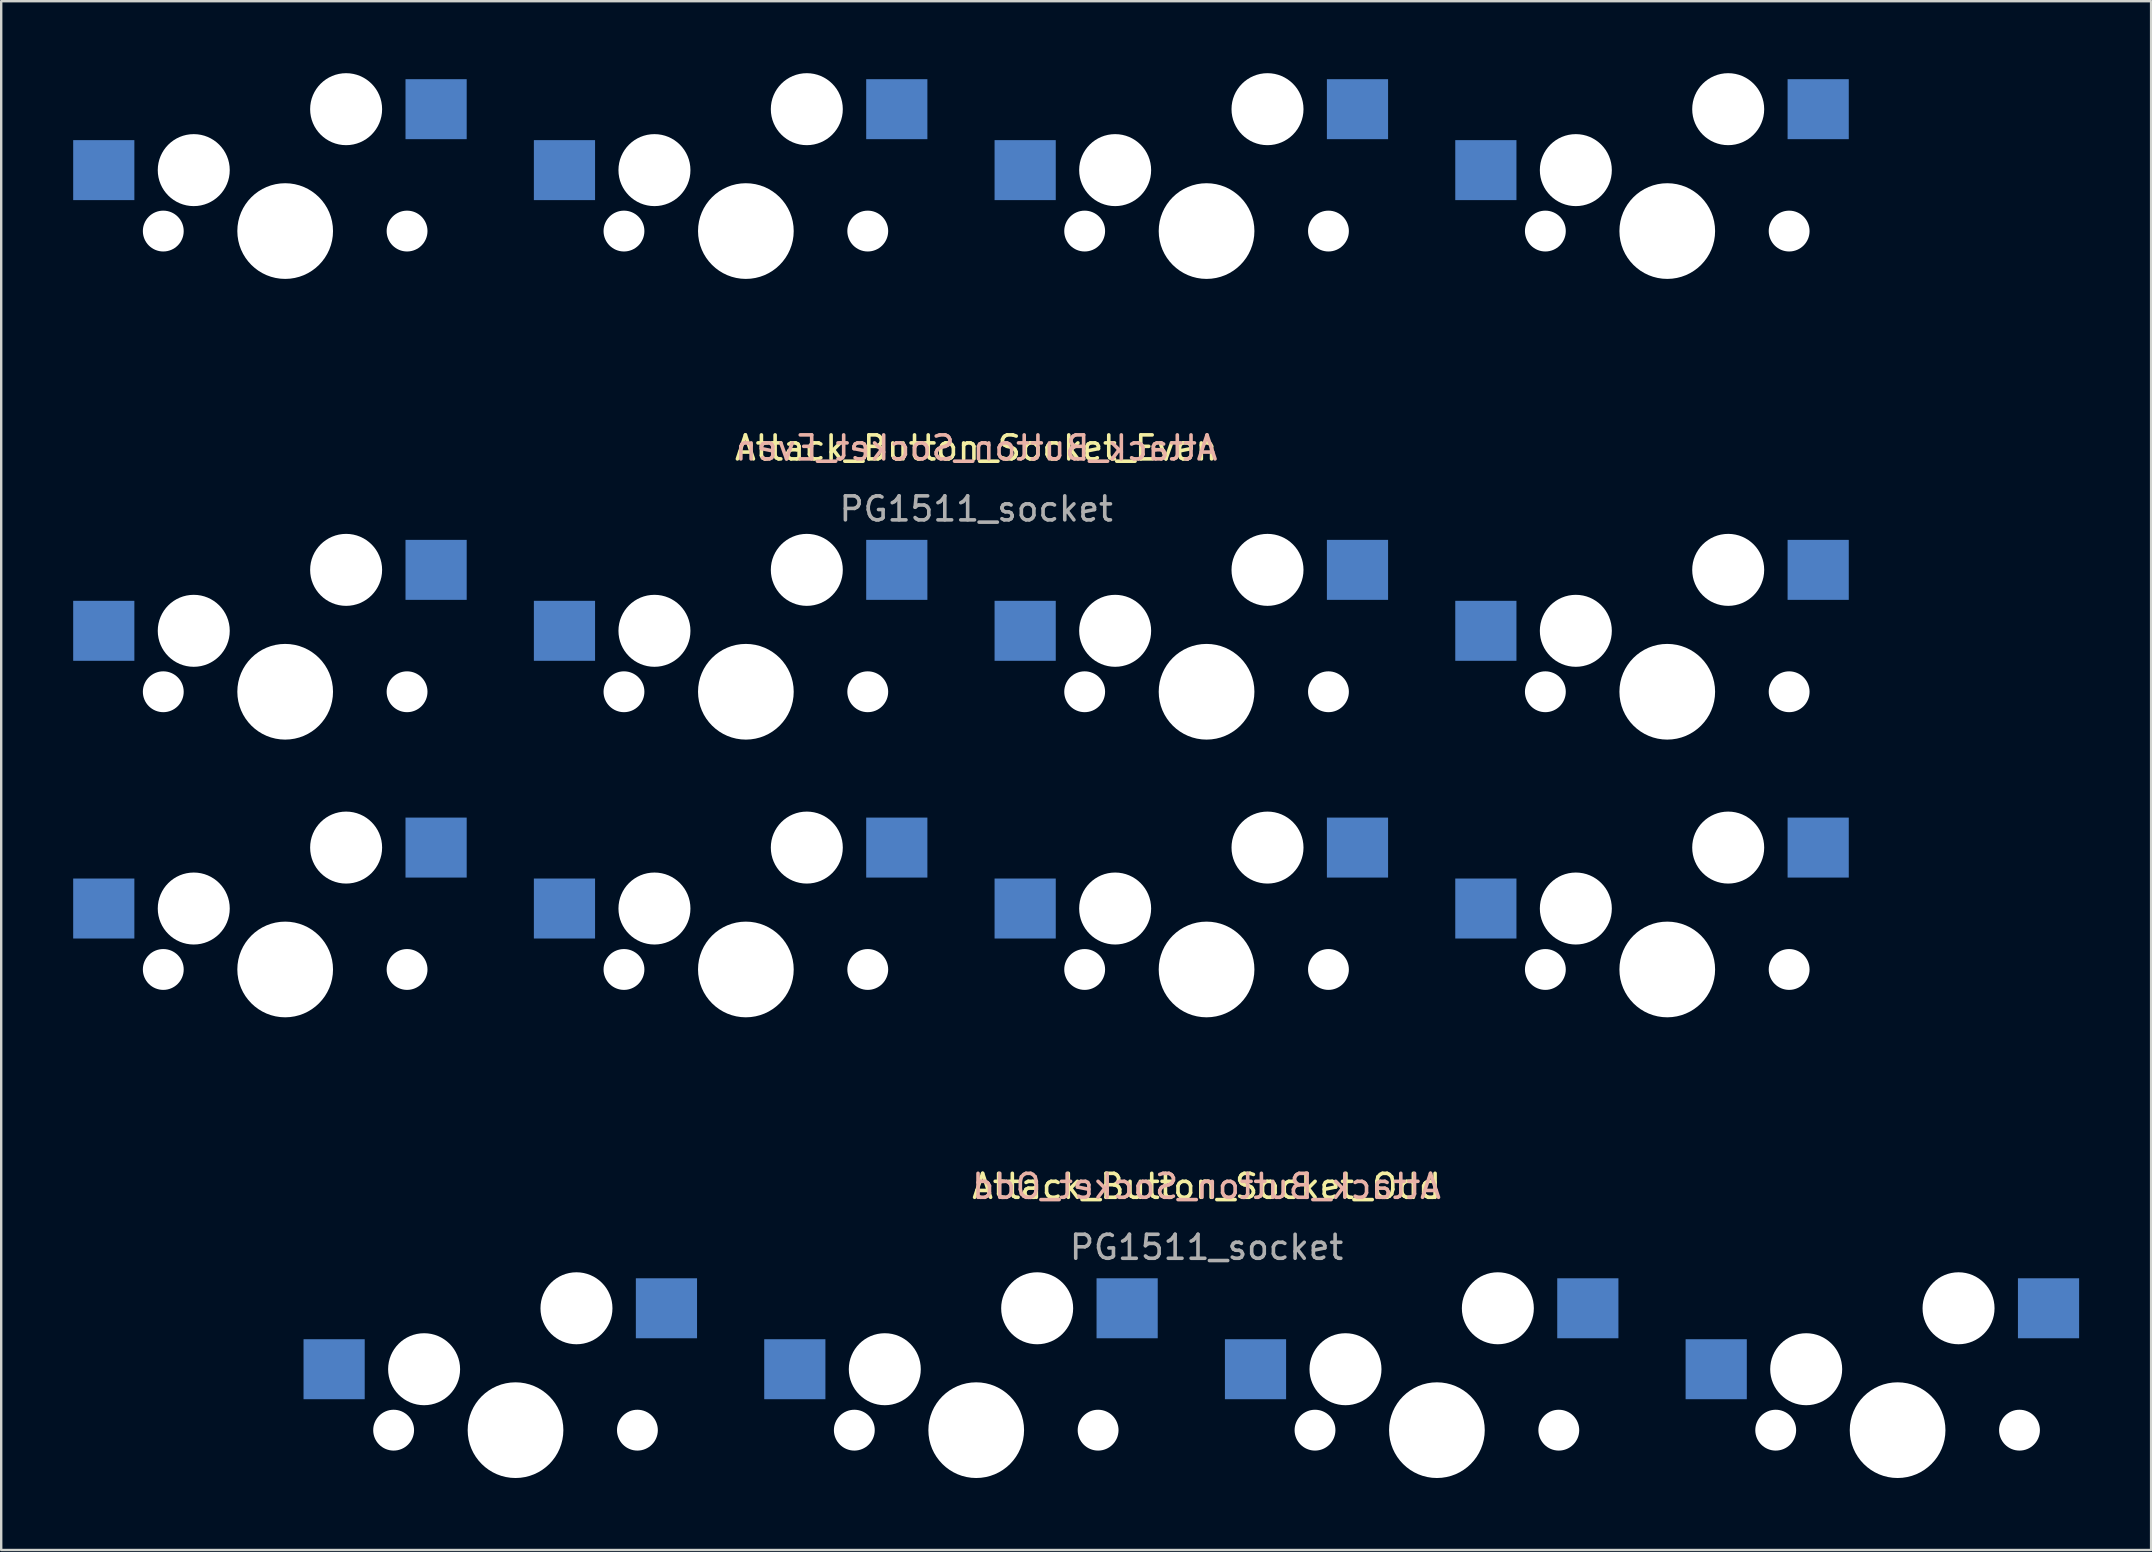
<source format=kicad_pcb>
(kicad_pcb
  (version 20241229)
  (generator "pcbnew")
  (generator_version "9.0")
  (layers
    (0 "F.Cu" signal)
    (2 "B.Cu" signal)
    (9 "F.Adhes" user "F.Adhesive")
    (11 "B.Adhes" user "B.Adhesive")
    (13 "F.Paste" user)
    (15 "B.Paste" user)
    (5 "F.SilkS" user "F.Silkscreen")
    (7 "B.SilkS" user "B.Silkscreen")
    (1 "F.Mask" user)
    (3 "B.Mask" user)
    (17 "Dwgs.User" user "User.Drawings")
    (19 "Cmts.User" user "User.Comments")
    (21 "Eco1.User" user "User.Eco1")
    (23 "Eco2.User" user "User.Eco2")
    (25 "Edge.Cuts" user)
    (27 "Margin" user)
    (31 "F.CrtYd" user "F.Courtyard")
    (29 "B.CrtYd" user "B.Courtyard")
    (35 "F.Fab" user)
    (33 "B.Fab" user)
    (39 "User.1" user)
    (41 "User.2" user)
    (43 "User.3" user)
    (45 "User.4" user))
  (footprint "Attack_Button_Socket_Odd"
    (layer "F.Cu")
    (at 47.235 56.554)
    (property "Reference" "Attack_Button_Socket_Odd" (at 0 -10.16 0) (layer "F.SilkS") (effects (font (size 1 1) (thickness 0.15))))
    (attr through_hole)
    (fp_text user "Attack_Button_Socket_Odd" (at 0 -10.16 0) (layer "B.SilkS") (effects (font (size 1 1) (thickness 0.15)) (justify mirror)))
    (fp_text user "PG1511_socket" (at 0 -7.62 0) (layer "F.Fab") (effects (font (size 1 1) (thickness 0.15))))
    (pad "" np_thru_hole circle (at -43.48 -19.2) (size 1.702 1.702) (drill 1.702) (layers "*.Cu" "*.Mask"))
    (pad "" np_thru_hole circle (at -42.21 -21.74) (size 3 3) (drill 3) (layers "*.Cu" "*.Mask"))
    (pad "" np_thru_hole circle (at -38.4 -19.2) (size 3.988 3.988) (drill 3.988) (layers "*.Cu" "*.Mask"))
    (pad "" np_thru_hole circle (at -35.86 -24.28) (size 3 3) (drill 3) (layers "*.Cu" "*.Mask"))
    (pad "" np_thru_hole circle (at -33.88 0) (size 1.702 1.702) (drill 1.702) (layers "*.Cu" "*.Mask"))
    (pad "" np_thru_hole circle (at -33.32 -19.2) (size 1.702 1.702) (drill 1.702) (layers "*.Cu" "*.Mask"))
    (pad "" np_thru_hole circle (at -32.61 -2.54) (size 3 3) (drill 3) (layers "*.Cu" "*.Mask"))
    (pad "" np_thru_hole circle (at -28.8 0) (size 3.988 3.988) (drill 3.988) (layers "*.Cu" "*.Mask"))
    (pad "" np_thru_hole circle (at -26.26 -5.08) (size 3 3) (drill 3) (layers "*.Cu" "*.Mask"))
    (pad "" np_thru_hole circle (at -24.28 -19.2) (size 1.702 1.702) (drill 1.702) (layers "*.Cu" "*.Mask"))
    (pad "" np_thru_hole circle (at -23.72 0) (size 1.702 1.702) (drill 1.702) (layers "*.Cu" "*.Mask"))
    (pad "" np_thru_hole circle (at -23.01 -21.74) (size 3 3) (drill 3) (layers "*.Cu" "*.Mask"))
    (pad "" np_thru_hole circle (at -19.2 -19.2) (size 3.988 3.988) (drill 3.988) (layers "*.Cu" "*.Mask"))
    (pad "" np_thru_hole circle (at -16.66 -24.28) (size 3 3) (drill 3) (layers "*.Cu" "*.Mask"))
    (pad "" np_thru_hole circle (at -14.68 0) (size 1.702 1.702) (drill 1.702) (layers "*.Cu" "*.Mask"))
    (pad "" np_thru_hole circle (at -14.12 -19.2) (size 1.702 1.702) (drill 1.702) (layers "*.Cu" "*.Mask"))
    (pad "" np_thru_hole circle (at -13.41 -2.54) (size 3 3) (drill 3) (layers "*.Cu" "*.Mask"))
    (pad "" np_thru_hole circle (at -9.6 0) (size 3.988 3.988) (drill 3.988) (layers "*.Cu" "*.Mask"))
    (pad "" np_thru_hole circle (at -7.06 -5.08) (size 3 3) (drill 3) (layers "*.Cu" "*.Mask"))
    (pad "" np_thru_hole circle (at -5.08 -19.2) (size 1.702 1.702) (drill 1.702) (layers "*.Cu" "*.Mask"))
    (pad "" np_thru_hole circle (at -4.52 0) (size 1.702 1.702) (drill 1.702) (layers "*.Cu" "*.Mask"))
    (pad "" np_thru_hole circle (at -3.81 -21.74) (size 3 3) (drill 3) (layers "*.Cu" "*.Mask"))
    (pad "" np_thru_hole circle (at 0 -19.2) (size 3.988 3.988) (drill 3.988) (layers "*.Cu" "*.Mask"))
    (pad "" np_thru_hole circle (at 2.54 -24.28) (size 3 3) (drill 3) (layers "*.Cu" "*.Mask"))
    (pad "" np_thru_hole circle (at 4.52 0) (size 1.702 1.702) (drill 1.702) (layers "*.Cu" "*.Mask"))
    (pad "" np_thru_hole circle (at 5.08 -19.2) (size 1.702 1.702) (drill 1.702) (layers "*.Cu" "*.Mask"))
    (pad "" np_thru_hole circle (at 5.79 -2.54) (size 3 3) (drill 3) (layers "*.Cu" "*.Mask"))
    (pad "" np_thru_hole circle (at 9.6 0) (size 3.988 3.988) (drill 3.988) (layers "*.Cu" "*.Mask"))
    (pad "" np_thru_hole circle (at 12.14 -5.08) (size 3 3) (drill 3) (layers "*.Cu" "*.Mask"))
    (pad "" np_thru_hole circle (at 14.12 -19.2) (size 1.702 1.702) (drill 1.702) (layers "*.Cu" "*.Mask"))
    (pad "" np_thru_hole circle (at 14.68 0) (size 1.702 1.702) (drill 1.702) (layers "*.Cu" "*.Mask"))
    (pad "" np_thru_hole circle (at 15.39 -21.74) (size 3 3) (drill 3) (layers "*.Cu" "*.Mask"))
    (pad "" np_thru_hole circle (at 19.2 -19.2) (size 3.988 3.988) (drill 3.988) (layers "*.Cu" "*.Mask"))
    (pad "" np_thru_hole circle (at 21.74 -24.28) (size 3 3) (drill 3) (layers "*.Cu" "*.Mask"))
    (pad "" np_thru_hole circle (at 23.72 0) (size 1.702 1.702) (drill 1.702) (layers "*.Cu" "*.Mask"))
    (pad "" np_thru_hole circle (at 24.28 -19.2) (size 1.702 1.702) (drill 1.702) (layers "*.Cu" "*.Mask"))
    (pad "" np_thru_hole circle (at 24.99 -2.54) (size 3 3) (drill 3) (layers "*.Cu" "*.Mask"))
    (pad "" np_thru_hole circle (at 28.8 0) (size 3.988 3.988) (drill 3.988) (layers "*.Cu" "*.Mask"))
    (pad "" np_thru_hole circle (at 31.34 -5.08) (size 3 3) (drill 3) (layers "*.Cu" "*.Mask"))
    (pad "" np_thru_hole circle (at 33.88 0) (size 1.702 1.702) (drill 1.702) (layers "*.Cu" "*.Mask"))
    (pad "1" smd rect (at -32.11 -24.28) (size 2.55 2.5) (layers "B.Cu" "B.Mask" "B.Paste"))
    (pad "1" smd rect (at -22.51 -5.08) (size 2.55 2.5) (layers "B.Cu" "B.Mask" "B.Paste"))
    (pad "1" smd rect (at -12.91 -24.28) (size 2.55 2.5) (layers "B.Cu" "B.Mask" "B.Paste"))
    (pad "1" smd rect (at -3.31 -5.08) (size 2.55 2.5) (layers "B.Cu" "B.Mask" "B.Paste"))
    (pad "1" smd rect (at 6.29 -24.28) (size 2.55 2.5) (layers "B.Cu" "B.Mask" "B.Paste"))
    (pad "1" smd rect (at 15.89 -5.08) (size 2.55 2.5) (layers "B.Cu" "B.Mask" "B.Paste"))
    (pad "1" smd rect (at 25.49 -24.28) (size 2.55 2.5) (layers "B.Cu" "B.Mask" "B.Paste"))
    (pad "1" smd rect (at 35.09 -5.08) (size 2.55 2.5) (layers "B.Cu" "B.Mask" "B.Paste"))
    (pad "2" smd rect (at -45.96 -21.74) (size 2.55 2.5) (layers "B.Cu" "B.Mask" "B.Paste"))
    (pad "2" smd rect (at -36.36 -2.54) (size 2.55 2.5) (layers "B.Cu" "B.Mask" "B.Paste"))
    (pad "2" smd rect (at -26.76 -21.74) (size 2.55 2.5) (layers "B.Cu" "B.Mask" "B.Paste"))
    (pad "2" smd rect (at -17.16 -2.54) (size 2.55 2.5) (layers "B.Cu" "B.Mask" "B.Paste"))
    (pad "2" smd rect (at -7.56 -21.74) (size 2.55 2.5) (layers "B.Cu" "B.Mask" "B.Paste"))
    (pad "2" smd rect (at 2.04 -2.54) (size 2.55 2.5) (layers "B.Cu" "B.Mask" "B.Paste"))
    (pad "2" smd rect (at 11.64 -21.74) (size 2.55 2.5) (layers "B.Cu" "B.Mask" "B.Paste"))
    (pad "2" smd rect (at 21.24 -2.54) (size 2.55 2.5) (layers "B.Cu" "B.Mask" "B.Paste")))
  (footprint "Attack_Button_Socket_Even"
    (layer "F.Cu")
    (at 37.635 25.78)
    (property "Reference" "Attack_Button_Socket_Even" (at 0 -10.16 0) (layer "F.SilkS") (effects (font (size 1 1) (thickness 0.15))))
    (attr through_hole)
    (fp_text user "Attack_Button_Socket_Even" (at 0 -10.16 0) (layer "B.SilkS") (effects (font (size 1 1) (thickness 0.15)) (justify mirror)))
    (fp_text user "PG1511_socket" (at 0 -7.62 0) (layer "F.Fab") (effects (font (size 1 1) (thickness 0.15))))
    (pad "" np_thru_hole circle (at -33.88 -19.2) (size 1.702 1.702) (drill 1.702) (layers "*.Cu" "*.Mask"))
    (pad "" np_thru_hole circle (at -33.88 0) (size 1.702 1.702) (drill 1.702) (layers "*.Cu" "*.Mask"))
    (pad "" np_thru_hole circle (at -32.61 -21.74) (size 3 3) (drill 3) (layers "*.Cu" "*.Mask"))
    (pad "" np_thru_hole circle (at -32.61 -2.54) (size 3 3) (drill 3) (layers "*.Cu" "*.Mask"))
    (pad "" np_thru_hole circle (at -28.8 -19.2) (size 3.988 3.988) (drill 3.988) (layers "*.Cu" "*.Mask"))
    (pad "" np_thru_hole circle (at -28.8 0) (size 3.988 3.988) (drill 3.988) (layers "*.Cu" "*.Mask"))
    (pad "" np_thru_hole circle (at -26.26 -24.28) (size 3 3) (drill 3) (layers "*.Cu" "*.Mask"))
    (pad "" np_thru_hole circle (at -26.26 -5.08) (size 3 3) (drill 3) (layers "*.Cu" "*.Mask"))
    (pad "" np_thru_hole circle (at -23.72 -19.2) (size 1.702 1.702) (drill 1.702) (layers "*.Cu" "*.Mask"))
    (pad "" np_thru_hole circle (at -23.72 0) (size 1.702 1.702) (drill 1.702) (layers "*.Cu" "*.Mask"))
    (pad "" np_thru_hole circle (at -14.68 -19.2) (size 1.702 1.702) (drill 1.702) (layers "*.Cu" "*.Mask"))
    (pad "" np_thru_hole circle (at -14.68 0) (size 1.702 1.702) (drill 1.702) (layers "*.Cu" "*.Mask"))
    (pad "" np_thru_hole circle (at -13.41 -21.74) (size 3 3) (drill 3) (layers "*.Cu" "*.Mask"))
    (pad "" np_thru_hole circle (at -13.41 -2.54) (size 3 3) (drill 3) (layers "*.Cu" "*.Mask"))
    (pad "" np_thru_hole circle (at -9.6 -19.2) (size 3.988 3.988) (drill 3.988) (layers "*.Cu" "*.Mask"))
    (pad "" np_thru_hole circle (at -9.6 0) (size 3.988 3.988) (drill 3.988) (layers "*.Cu" "*.Mask"))
    (pad "" np_thru_hole circle (at -7.06 -24.28) (size 3 3) (drill 3) (layers "*.Cu" "*.Mask"))
    (pad "" np_thru_hole circle (at -7.06 -5.08) (size 3 3) (drill 3) (layers "*.Cu" "*.Mask"))
    (pad "" np_thru_hole circle (at -4.52 -19.2) (size 1.702 1.702) (drill 1.702) (layers "*.Cu" "*.Mask"))
    (pad "" np_thru_hole circle (at -4.52 0) (size 1.702 1.702) (drill 1.702) (layers "*.Cu" "*.Mask"))
    (pad "" np_thru_hole circle (at 4.52 -19.2) (size 1.702 1.702) (drill 1.702) (layers "*.Cu" "*.Mask"))
    (pad "" np_thru_hole circle (at 4.52 0) (size 1.702 1.702) (drill 1.702) (layers "*.Cu" "*.Mask"))
    (pad "" np_thru_hole circle (at 5.79 -21.74) (size 3 3) (drill 3) (layers "*.Cu" "*.Mask"))
    (pad "" np_thru_hole circle (at 5.79 -2.54) (size 3 3) (drill 3) (layers "*.Cu" "*.Mask"))
    (pad "" np_thru_hole circle (at 9.6 -19.2) (size 3.988 3.988) (drill 3.988) (layers "*.Cu" "*.Mask"))
    (pad "" np_thru_hole circle (at 9.6 0) (size 3.988 3.988) (drill 3.988) (layers "*.Cu" "*.Mask"))
    (pad "" np_thru_hole circle (at 12.14 -24.28) (size 3 3) (drill 3) (layers "*.Cu" "*.Mask"))
    (pad "" np_thru_hole circle (at 12.14 -5.08) (size 3 3) (drill 3) (layers "*.Cu" "*.Mask"))
    (pad "" np_thru_hole circle (at 14.68 -19.2) (size 1.702 1.702) (drill 1.702) (layers "*.Cu" "*.Mask"))
    (pad "" np_thru_hole circle (at 14.68 0) (size 1.702 1.702) (drill 1.702) (layers "*.Cu" "*.Mask"))
    (pad "" np_thru_hole circle (at 23.72 -19.2) (size 1.702 1.702) (drill 1.702) (layers "*.Cu" "*.Mask"))
    (pad "" np_thru_hole circle (at 23.72 0) (size 1.702 1.702) (drill 1.702) (layers "*.Cu" "*.Mask"))
    (pad "" np_thru_hole circle (at 24.99 -21.74) (size 3 3) (drill 3) (layers "*.Cu" "*.Mask"))
    (pad "" np_thru_hole circle (at 24.99 -2.54) (size 3 3) (drill 3) (layers "*.Cu" "*.Mask"))
    (pad "" np_thru_hole circle (at 28.8 -19.2) (size 3.988 3.988) (drill 3.988) (layers "*.Cu" "*.Mask"))
    (pad "" np_thru_hole circle (at 28.8 0) (size 3.988 3.988) (drill 3.988) (layers "*.Cu" "*.Mask"))
    (pad "" np_thru_hole circle (at 31.34 -24.28) (size 3 3) (drill 3) (layers "*.Cu" "*.Mask"))
    (pad "" np_thru_hole circle (at 31.34 -5.08) (size 3 3) (drill 3) (layers "*.Cu" "*.Mask"))
    (pad "" np_thru_hole circle (at 33.88 -19.2) (size 1.702 1.702) (drill 1.702) (layers "*.Cu" "*.Mask"))
    (pad "" np_thru_hole circle (at 33.88 0) (size 1.702 1.702) (drill 1.702) (layers "*.Cu" "*.Mask"))
    (pad "1" smd rect (at -22.51 -24.28) (size 2.55 2.5) (layers "B.Cu" "B.Mask" "B.Paste"))
    (pad "1" smd rect (at -22.51 -5.08) (size 2.55 2.5) (layers "B.Cu" "B.Mask" "B.Paste"))
    (pad "1" smd rect (at -3.31 -24.28) (size 2.55 2.5) (layers "B.Cu" "B.Mask" "B.Paste"))
    (pad "1" smd rect (at -3.31 -5.08) (size 2.55 2.5) (layers "B.Cu" "B.Mask" "B.Paste"))
    (pad "1" smd rect (at 15.89 -24.28) (size 2.55 2.5) (layers "B.Cu" "B.Mask" "B.Paste"))
    (pad "1" smd rect (at 15.89 -5.08) (size 2.55 2.5) (layers "B.Cu" "B.Mask" "B.Paste"))
    (pad "1" smd rect (at 35.09 -24.28) (size 2.55 2.5) (layers "B.Cu" "B.Mask" "B.Paste"))
    (pad "1" smd rect (at 35.09 -5.08) (size 2.55 2.5) (layers "B.Cu" "B.Mask" "B.Paste"))
    (pad "2" smd rect (at -36.36 -21.74) (size 2.55 2.5) (layers "B.Cu" "B.Mask" "B.Paste"))
    (pad "2" smd rect (at -36.36 -2.54) (size 2.55 2.5) (layers "B.Cu" "B.Mask" "B.Paste"))
    (pad "2" smd rect (at -17.16 -21.74) (size 2.55 2.5) (layers "B.Cu" "B.Mask" "B.Paste"))
    (pad "2" smd rect (at -17.16 -2.54) (size 2.55 2.5) (layers "B.Cu" "B.Mask" "B.Paste"))
    (pad "2" smd rect (at 2.04 -21.74) (size 2.55 2.5) (layers "B.Cu" "B.Mask" "B.Paste"))
    (pad "2" smd rect (at 2.04 -2.54) (size 2.55 2.5) (layers "B.Cu" "B.Mask" "B.Paste"))
    (pad "2" smd rect (at 21.24 -21.74) (size 2.55 2.5) (layers "B.Cu" "B.Mask" "B.Paste"))
    (pad "2" smd rect (at 21.24 -2.54) (size 2.55 2.5) (layers "B.Cu" "B.Mask" "B.Paste")))
  (gr_rect
    (start -3 -3)
    (end 86.6 61.548)
    (stroke (width 0.1) (type default))
    (fill no)
    (layer "Edge.Cuts")))
</source>
